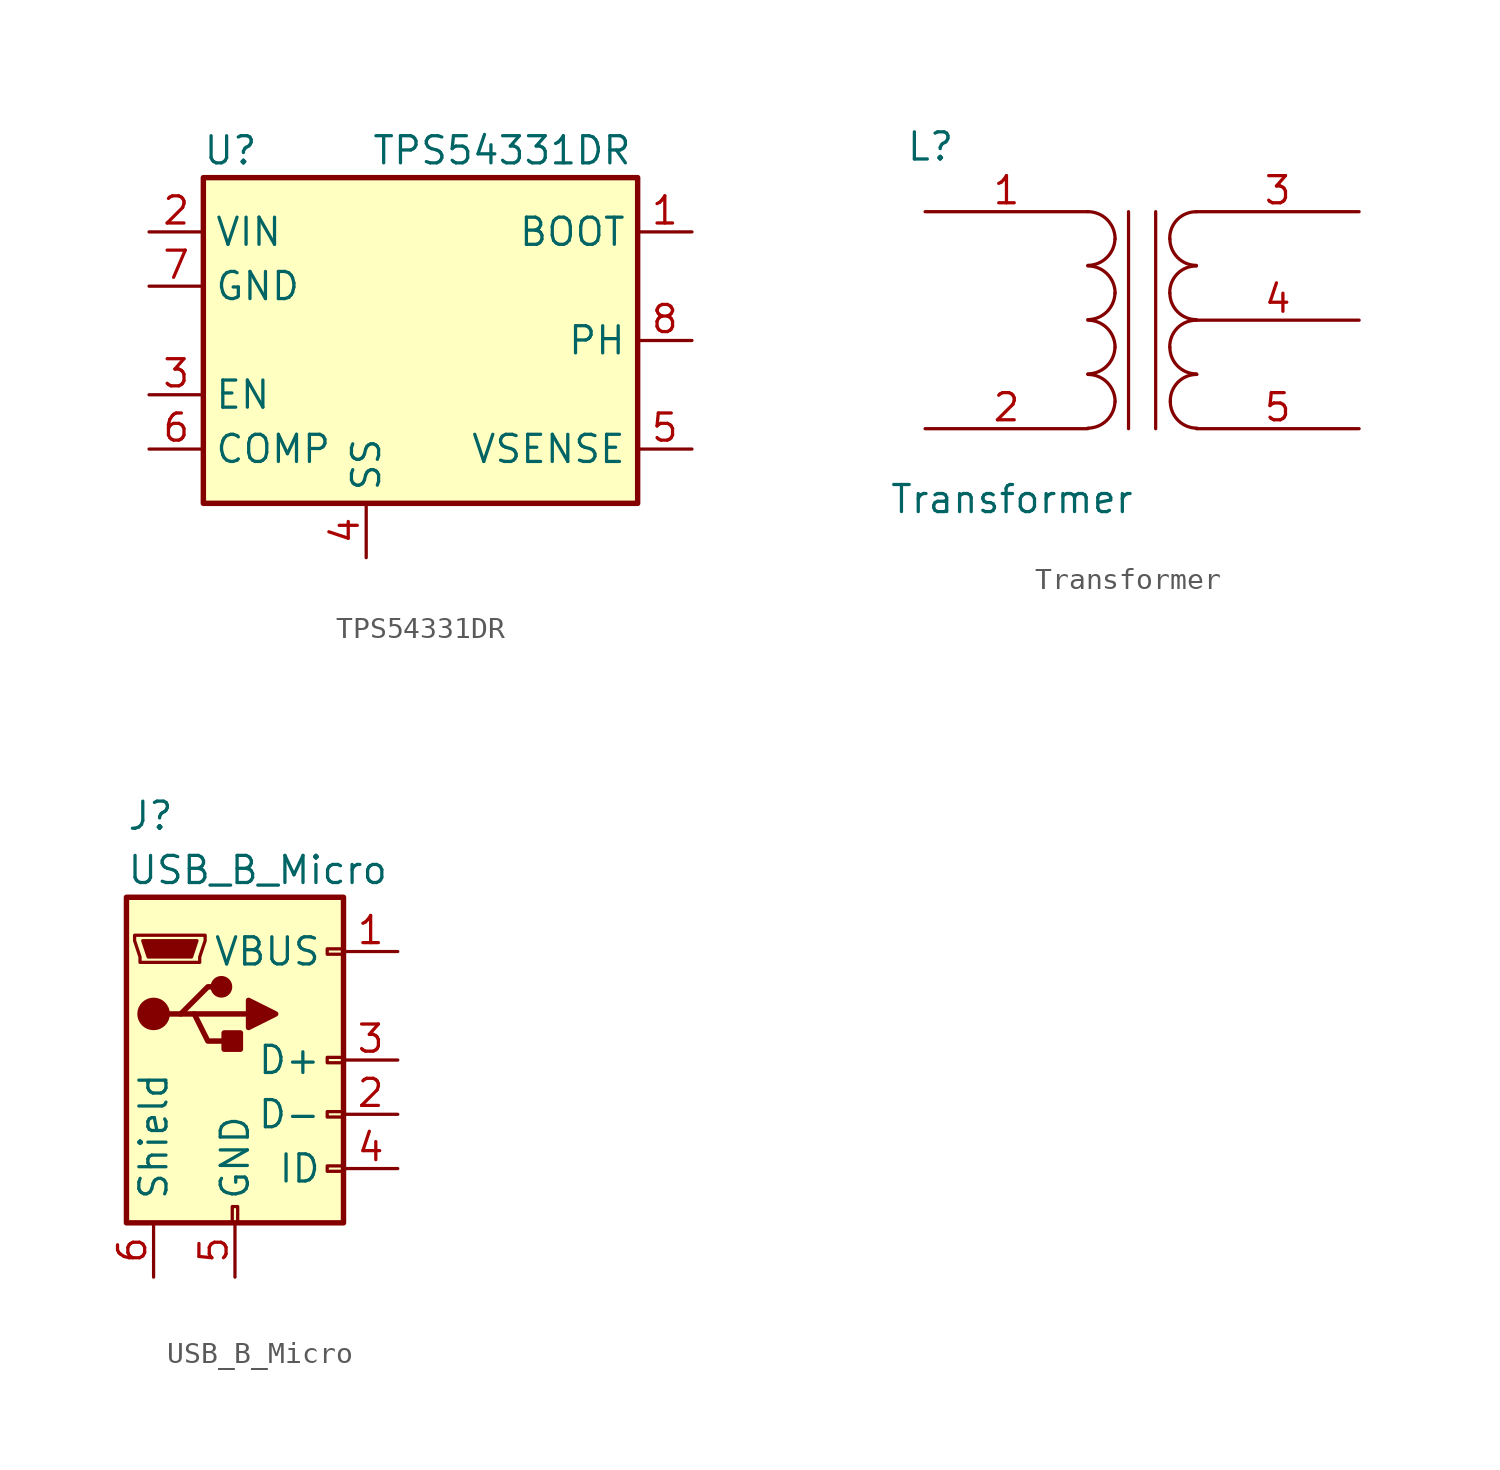
<source format=kicad_sym>
(kicad_symbol_lib
  (version 20231120)
  (generator "kicad_symbol_editor")
  (generator_version "8.0")
  (symbol "TPS54331DR"
    (property "Reference" "U"
      (at 1.27 16.51 0)
      (effects (font (size 1.27 1.27))))
    (property "Value" "TPS54331DR"
      (at 13.97 16.51 0)
      (effects (font (size 1.27 1.27))))
    (symbol "TPS54331DR_1_1"
      (rectangle (start 0 15.24) (end 20.32 0) (stroke (width 0.254) (type default)) (fill (type background)))
      (pin output line (at 22.86 12.7 180) (length 2.54) (name "BOOT" (effects (font (size 1.27 1.27)))) (number "1" (effects (font (size 1.27 1.27)))))
      (pin power_in line (at -2.54 12.7 0) (length 2.54) (name "VIN" (effects (font (size 1.27 1.27)))) (number "2" (effects (font (size 1.27 1.27)))))
      (pin output line (at -2.54 5.08 0) (length 2.54) (name "EN" (effects (font (size 1.27 1.27)))) (number "3" (effects (font (size 1.27 1.27)))))
      (pin power_in line (at 7.62 -2.54 90) (length 2.54) (name "SS" (effects (font (size 1.27 1.27)))) (number "4" (effects (font (size 1.27 1.27)))))
      (pin input line (at 22.86 2.54 180) (length 2.54) (name "VSENSE" (effects (font (size 1.27 1.27)))) (number "5" (effects (font (size 1.27 1.27)))))
      (pin output line (at -2.54 2.54 0) (length 2.54) (name "COMP" (effects (font (size 1.27 1.27)))) (number "6" (effects (font (size 1.27 1.27)))))
      (pin power_in line (at -2.54 10.16 0) (length 2.54) (name "GND" (effects (font (size 1.27 1.27)))) (number "7" (effects (font (size 1.27 1.27)))))
      (pin output line (at 22.86 7.62 180) (length 2.54) (name "PH" (effects (font (size 1.27 1.27)))) (number "8" (effects (font (size 1.27 1.27)))))))
  (symbol "Transformer"
    (pin_names
      (offset 0.254) hide)
    (property "Reference" "L"
      (at 0.254 13.208 0)
      (effects (font (size 1.27 1.27))))
    (property "Value" "Transformer"
      (at 4.064 -3.302 0)
      (effects (font (size 1.27 1.27))))
    (symbol "Transformer_0_1"
      (polyline (pts (xy 9.525 10.16) (xy 9.525 0)) (stroke (width 0) (type default)) (fill (type none)))
      (polyline (pts (xy 10.795 0) (xy 10.795 10.16)) (stroke (width 0) (type default)) (fill (type none)))
      (arc (start 7.62 0.0254) (mid 8.5039 0.3937) (end 8.89 1.27) (stroke (width 0) (type default)) (fill (type none)))
      (arc (start 7.62 2.5654) (mid 8.5039 2.9337) (end 8.89 3.81) (stroke (width 0) (type default)) (fill (type none)))
      (arc (start 7.62 5.1054) (mid 8.5039 5.4737) (end 8.89 6.35) (stroke (width 0) (type default)) (fill (type none)))
      (arc (start 7.62 7.6454) (mid 8.5039 8.0137) (end 8.89 8.89) (stroke (width 0) (type default)) (fill (type none)))
      (arc (start 8.89 1.27) (mid 8.518 2.168) (end 7.62 2.54) (stroke (width 0) (type default)) (fill (type none)))
      (arc (start 8.89 3.81) (mid 8.518 4.708) (end 7.62 5.08) (stroke (width 0) (type default)) (fill (type none)))
      (arc (start 8.89 6.35) (mid 8.518 7.248) (end 7.62 7.62) (stroke (width 0) (type default)) (fill (type none)))
      (arc (start 8.89 8.89) (mid 8.518 9.788) (end 7.62 10.16) (stroke (width 0) (type default)) (fill (type none)))
      (arc (start 11.4554 3.81) (mid 11.8199 2.9299) (end 12.7 2.5654) (stroke (width 0) (type default)) (fill (type none)))
      (arc (start 11.4554 6.35) (mid 11.8199 5.4699) (end 12.7 5.1054) (stroke (width 0) (type default)) (fill (type none)))
      (arc (start 11.4554 8.89) (mid 11.8199 8.0099) (end 12.7 7.6454) (stroke (width 0) (type default)) (fill (type none)))
      (arc (start 11.4808 1.27) (mid 11.8454 0.3901) (end 12.7254 0.0254) (stroke (width 0) (type default)) (fill (type none)))
      (arc (start 12.7 5.08) (mid 11.8058 4.7115) (end 11.4554 3.81) (stroke (width 0) (type default)) (fill (type none)))
      (arc (start 12.7 7.62) (mid 11.8058 7.2515) (end 11.4554 6.35) (stroke (width 0) (type default)) (fill (type none)))
      (arc (start 12.7 10.16) (mid 11.8058 9.7915) (end 11.4554 8.89) (stroke (width 0) (type default)) (fill (type none)))
      (arc (start 12.7254 2.54) (mid 11.8309 2.1717) (end 11.4808 1.27) (stroke (width 0) (type default)) (fill (type none))))
    (symbol "Transformer_1_1"
      (pin passive line (at 0 10.16 0) (length 7.62) (name "AA" (effects (font (size 1.27 1.27)))) (number "1" (effects (font (size 1.27 1.27)))))
      (pin passive line (at 0 0 0) (length 7.62) (name "AB" (effects (font (size 1.27 1.27)))) (number "2" (effects (font (size 1.27 1.27)))))
      (pin passive line (at 20.32 10.16 180) (length 7.62) (name "SA" (effects (font (size 1.27 1.27)))) (number "3" (effects (font (size 1.27 1.27)))))
      (pin passive line (at 20.32 5.08 180) (length 7.62) (name "SC" (effects (font (size 1.27 1.27)))) (number "4" (effects (font (size 1.27 1.27)))))
      (pin passive line (at 20.32 0 180) (length 7.62) (name "SB" (effects (font (size 1.27 1.27)))) (number "5" (effects (font (size 1.27 1.27)))))))
  (symbol "USB_B_Micro"
    (pin_names
      (offset 1.016))
    (property "Reference" "J"
      (at 0 19.05 0)
      (effects (font (size 1.27 1.27)) (justify left)))
    (property "Value" "USB_B_Micro"
      (at 0 16.51 0)
      (effects (font (size 1.27 1.27)) (justify left)))
    (symbol "USB_B_Micro_0_1"
      (polyline (pts (xy 3.175 9.779) (xy 5.715 9.779)) (stroke (width 0.254) (type default)) (fill (type none)))
      (polyline (pts (xy 1.905 9.779) (xy 2.54 9.779) (xy 3.81 11.049) (xy 4.445 11.049)) (stroke (width 0.254) (type default)) (fill (type none)))
      (polyline (pts (xy 2.54 9.779) (xy 3.175 9.779) (xy 3.81 8.509) (xy 5.08 8.509)) (stroke (width 0.254) (type default)) (fill (type none)))
      (polyline (pts (xy 5.715 10.414) (xy 5.715 9.144) (xy 6.985 9.779) (xy 5.715 10.414)) (stroke (width 0.254) (type default)) (fill (type outline)))
      (polyline (pts (xy 0.762 13.208) (xy 3.302 13.208) (xy 3.048 12.446) (xy 1.016 12.446) (xy 0.762 13.208)) (stroke (width 0) (type default)) (fill (type outline)))
      (polyline (pts (xy 0.381 13.462) (xy 0.381 13.208) (xy 0.635 12.446) (xy 0.635 12.192) (xy 3.429 12.192) (xy 3.429 12.446) (xy 3.683 13.208) (xy 3.683 13.462) (xy 0.381 13.462)) (stroke (width 0) (type default)) (fill (type none)))
      (rectangle (start 0 15.24) (end 10.16 0) (stroke (width 0.254) (type default)) (fill (type background)))
      (circle (center 1.27 9.779) (radius 0.635) (stroke (width 0.254) (type default)) (fill (type outline)))
      (circle (center 4.445 11.049) (radius 0.381) (stroke (width 0.254) (type default)) (fill (type outline)))
      (rectangle (start 4.953 0) (end 5.207 0.762) (stroke (width 0) (type default)) (fill (type none)))
      (rectangle (start 5.334 8.89) (end 4.572 8.128) (stroke (width 0.254) (type default)) (fill (type outline)))
      (rectangle (start 10.16 2.413) (end 9.398 2.667) (stroke (width 0) (type default)) (fill (type none)))
      (rectangle (start 10.16 4.953) (end 9.398 5.207) (stroke (width 0) (type default)) (fill (type none)))
      (rectangle (start 10.16 7.493) (end 9.398 7.747) (stroke (width 0) (type default)) (fill (type none)))
      (rectangle (start 10.16 12.573) (end 9.398 12.827) (stroke (width 0) (type default)) (fill (type none))))
    (symbol "USB_B_Micro_1_1"
      (pin power_out line (at 12.7 12.7 180) (length 2.54) (name "VBUS" (effects (font (size 1.27 1.27)))) (number "1" (effects (font (size 1.27 1.27)))))
      (pin bidirectional line (at 12.7 5.08 180) (length 2.54) (name "D-" (effects (font (size 1.27 1.27)))) (number "2" (effects (font (size 1.27 1.27)))))
      (pin bidirectional line (at 12.7 7.62 180) (length 2.54) (name "D+" (effects (font (size 1.27 1.27)))) (number "3" (effects (font (size 1.27 1.27)))))
      (pin passive line (at 12.7 2.54 180) (length 2.54) (name "ID" (effects (font (size 1.27 1.27)))) (number "4" (effects (font (size 1.27 1.27)))))
      (pin power_out line (at 5.08 -2.54 90) (length 2.54) (name "GND" (effects (font (size 1.27 1.27)))) (number "5" (effects (font (size 1.27 1.27)))))
      (pin output line (at 1.27 -2.54 90) (length 2.54) (name "Shield" (effects (font (size 1.27 1.27)))) (number "6" (effects (font (size 1.27 1.27))))))))
</source>
